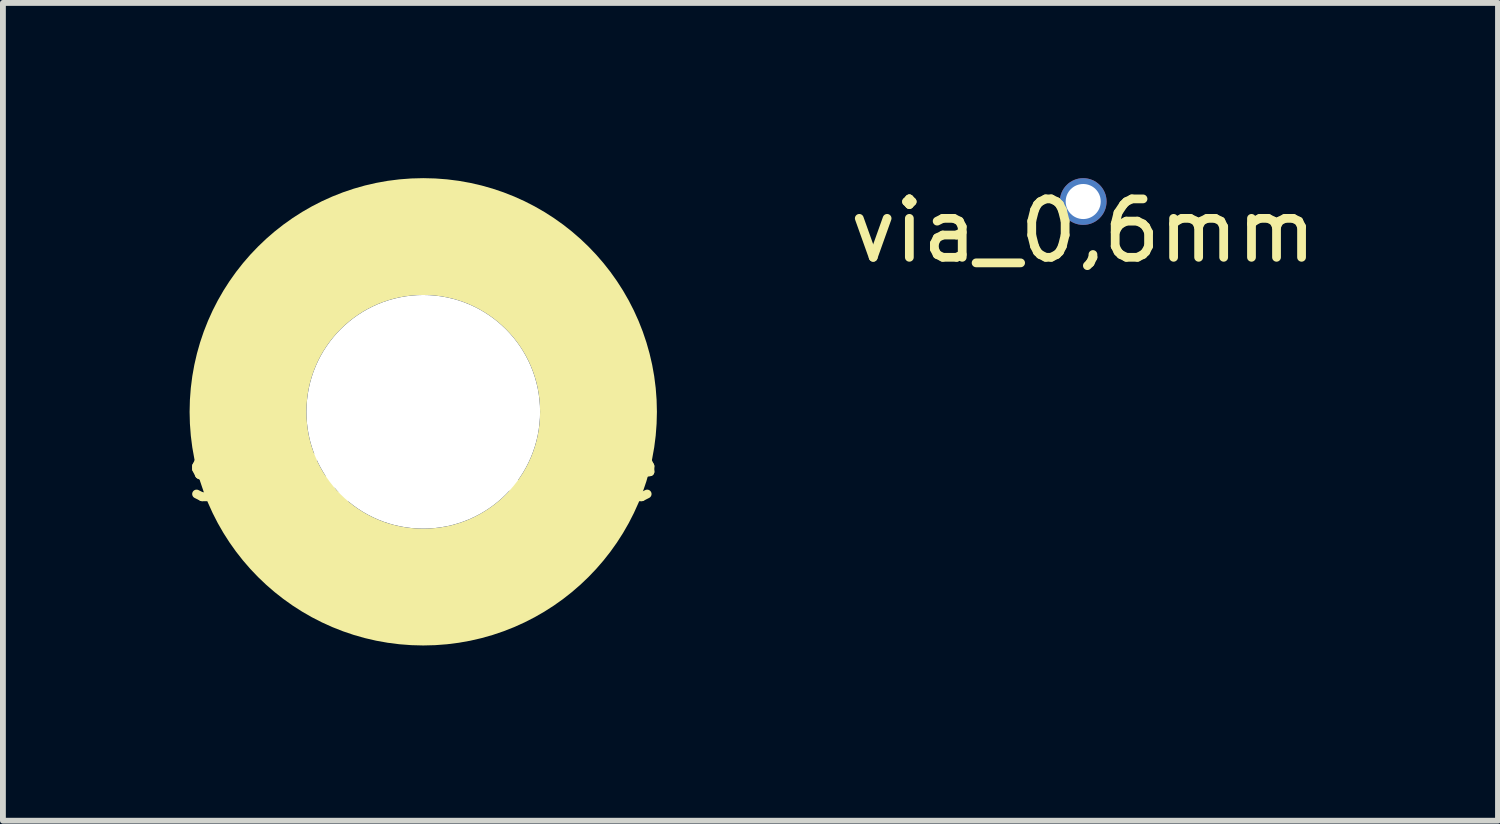
<source format=kicad_pcb>
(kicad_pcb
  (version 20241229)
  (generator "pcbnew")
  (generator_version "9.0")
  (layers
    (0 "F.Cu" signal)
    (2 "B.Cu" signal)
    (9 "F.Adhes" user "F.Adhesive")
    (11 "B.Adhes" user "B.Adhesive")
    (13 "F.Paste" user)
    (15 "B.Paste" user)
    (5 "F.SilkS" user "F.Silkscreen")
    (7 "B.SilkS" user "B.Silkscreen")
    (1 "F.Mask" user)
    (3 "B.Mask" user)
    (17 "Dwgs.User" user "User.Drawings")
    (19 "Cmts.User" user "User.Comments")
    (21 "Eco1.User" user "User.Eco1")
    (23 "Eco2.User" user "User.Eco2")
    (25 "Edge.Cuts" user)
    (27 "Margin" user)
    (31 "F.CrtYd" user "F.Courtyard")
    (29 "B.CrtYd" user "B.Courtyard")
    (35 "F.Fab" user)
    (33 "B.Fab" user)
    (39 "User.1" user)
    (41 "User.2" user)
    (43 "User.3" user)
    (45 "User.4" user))
  (footprint "screw_hole"
    (layer "F.Cu")
    (at 4.196 4)
    (property "Reference" "screw_hole" (at 0 1 0) (layer "F.SilkS") (effects (font (size 1 1) (thickness 0.15))))
    (attr through_hole)
    (fp_circle (center 0 0) (end 3 0) (stroke (width 2) (type solid)) (fill no) (layer "F.SilkS"))
    (pad "" np_thru_hole circle (at 0 0) (size 4 4) (drill 4) (layers "*.Cu" "*.Mask")))
  (footprint "via_0,6mm"
    (layer "F.Cu")
    (at 15.494 0.4)
    (property "Reference" "via_0,6mm" (at 0 0.5 0) (layer "F.SilkS") (effects (font (size 1 1) (thickness 0.15))))
    (attr through_hole)
    (pad "" thru_hole circle (at 0 0) (size 0.8 0.8) (drill 0.6) (layers "*.Cu")))
  (gr_rect
    (start -3 -3)
    (end 22.595 11)
    (stroke (width 0.1) (type default))
    (fill no)
    (layer "Edge.Cuts")))
</source>
